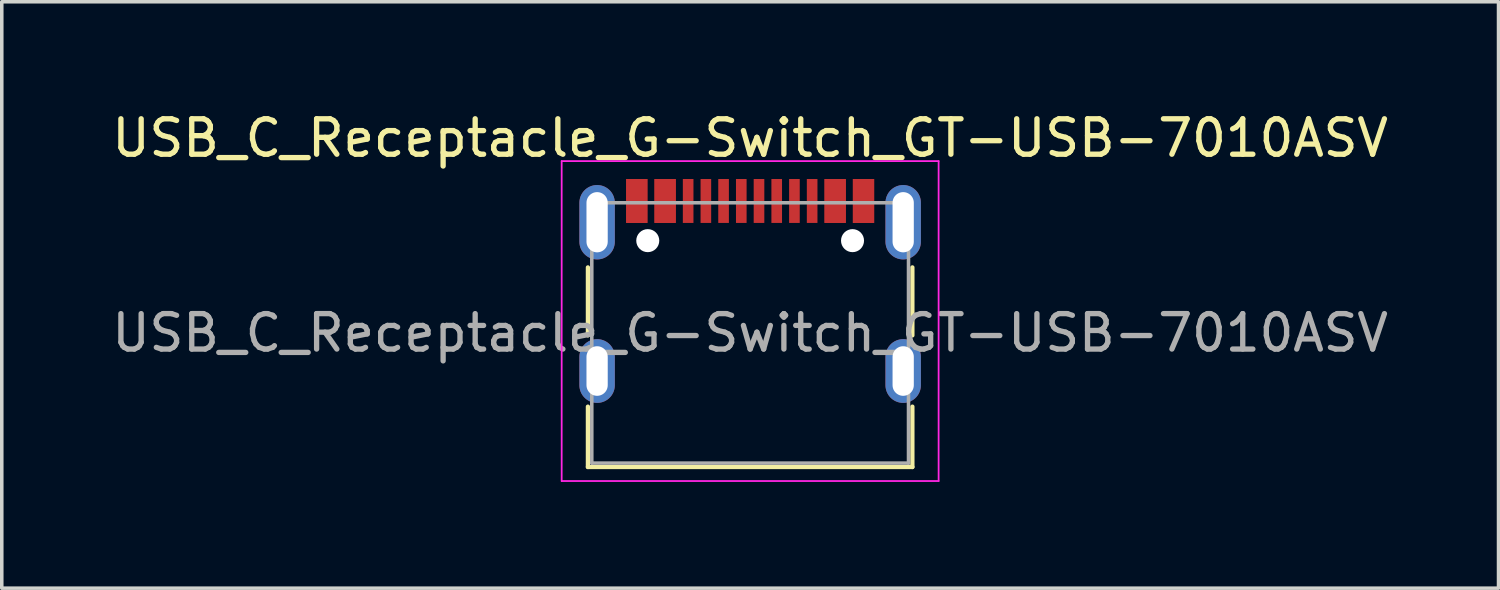
<source format=kicad_pcb>
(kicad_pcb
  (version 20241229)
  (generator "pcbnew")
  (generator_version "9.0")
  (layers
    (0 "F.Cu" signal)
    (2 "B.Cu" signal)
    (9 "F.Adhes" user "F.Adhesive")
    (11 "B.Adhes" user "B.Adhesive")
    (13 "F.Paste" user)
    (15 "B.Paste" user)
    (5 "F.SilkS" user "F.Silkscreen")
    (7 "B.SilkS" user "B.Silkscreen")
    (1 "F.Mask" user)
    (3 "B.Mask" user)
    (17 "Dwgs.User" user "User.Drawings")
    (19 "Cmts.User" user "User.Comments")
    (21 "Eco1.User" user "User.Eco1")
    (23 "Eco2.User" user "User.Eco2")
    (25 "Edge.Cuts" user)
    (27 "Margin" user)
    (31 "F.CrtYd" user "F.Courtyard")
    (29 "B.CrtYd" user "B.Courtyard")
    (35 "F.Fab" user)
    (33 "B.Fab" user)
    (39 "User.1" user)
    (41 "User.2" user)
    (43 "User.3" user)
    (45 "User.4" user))
  (footprint "USB_C_Receptacle_G-Switch_GT-USB-7010ASV"
    (layer "F.Cu")
    (at 18.125 6.348)
    (property "Reference" "USB_C_Receptacle_G-Switch_GT-USB-7010ASV" (at 0 -5.5 0) (layer "F.SilkS") (effects (font (size 1 1) (thickness 0.15))))
    (attr smd)
    (fp_line (start -4.58 -1.85) (end -4.58 0.07) (stroke (width 0.12) (type solid)) (layer "F.SilkS"))
    (fp_line (start -4.58 3.785) (end -4.58 2.08) (stroke (width 0.12) (type solid)) (layer "F.SilkS"))
    (fp_line (start 4.58 0.07) (end 4.58 -1.85) (stroke (width 0.12) (type solid)) (layer "F.SilkS"))
    (fp_line (start 4.58 2.08) (end 4.58 3.785) (stroke (width 0.12) (type solid)) (layer "F.SilkS"))
    (fp_line (start 4.58 3.785) (end -4.58 3.785) (stroke (width 0.12) (type solid)) (layer "F.SilkS"))
    (fp_line (start -5.32 -4.85) (end 5.32 -4.85) (stroke (width 0.05) (type solid)) (layer "F.CrtYd"))
    (fp_line (start -5.32 4.18) (end -5.32 -4.85) (stroke (width 0.05) (type solid)) (layer "F.CrtYd"))
    (fp_line (start 5.32 -4.85) (end 5.32 4.18) (stroke (width 0.05) (type solid)) (layer "F.CrtYd"))
    (fp_line (start 5.32 4.18) (end -5.32 4.18) (stroke (width 0.05) (type solid)) (layer "F.CrtYd"))
    (fp_line (start -4.47 -3.675) (end -4.47 3.675) (stroke (width 0.1) (type solid)) (layer "F.Fab"))
    (fp_line (start -4.47 -3.675) (end 4.47 -3.675) (stroke (width 0.1) (type solid)) (layer "F.Fab"))
    (fp_line (start -4.47 3.675) (end 4.47 3.675) (stroke (width 0.1) (type solid)) (layer "F.Fab"))
    (fp_line (start 4.47 3.675) (end 4.47 -3.675) (stroke (width 0.1) (type solid)) (layer "F.Fab"))
    (fp_text user "${REFERENCE}" (at 0 0 0) (layer "F.Fab") (effects (font (size 1 1) (thickness 0.15))))
    (pad "" np_thru_hole circle (at -2.89 -2.605) (size 0.65 0.65) (drill 0.65) (layers "*.Cu" "*.Mask"))
    (pad "" np_thru_hole circle (at 2.89 -2.605) (size 0.65 0.65) (drill 0.65) (layers "*.Cu" "*.Mask"))
    (pad "A1" smd rect (at -3.2 -3.725) (size 0.6 1.24) (layers "F.Cu" "F.Mask" "F.Paste"))
    (pad "A4" smd rect (at -2.4 -3.725) (size 0.6 1.24) (layers "F.Cu" "F.Mask" "F.Paste"))
    (pad "A5" smd rect (at -1.25 -3.725) (size 0.3 1.24) (layers "F.Cu" "F.Mask" "F.Paste"))
    (pad "A6" smd rect (at -0.25 -3.725) (size 0.3 1.24) (layers "F.Cu" "F.Mask" "F.Paste"))
    (pad "A7" smd rect (at 0.25 -3.725) (size 0.3 1.24) (layers "F.Cu" "F.Mask" "F.Paste"))
    (pad "A8" smd rect (at 1.25 -3.725) (size 0.3 1.24) (layers "F.Cu" "F.Mask" "F.Paste"))
    (pad "A9" smd rect (at 2.4 -3.725) (size 0.6 1.24) (layers "F.Cu" "F.Mask" "F.Paste"))
    (pad "A12" smd rect (at 3.2 -3.725) (size 0.6 1.24) (layers "F.Cu" "F.Mask" "F.Paste"))
    (pad "B1" smd rect (at 3.2 -3.725) (size 0.6 1.24) (layers "F.Cu" "F.Mask" "F.Paste"))
    (pad "B4" smd rect (at 2.4 -3.725) (size 0.6 1.24) (layers "F.Cu" "F.Mask" "F.Paste"))
    (pad "B5" smd rect (at 1.75 -3.725) (size 0.3 1.24) (layers "F.Cu" "F.Mask" "F.Paste"))
    (pad "B6" smd rect (at 0.75 -3.725) (size 0.3 1.24) (layers "F.Cu" "F.Mask" "F.Paste"))
    (pad "B7" smd rect (at -0.75 -3.725) (size 0.3 1.24) (layers "F.Cu" "F.Mask" "F.Paste"))
    (pad "B8" smd rect (at -1.75 -3.725) (size 0.3 1.24) (layers "F.Cu" "F.Mask" "F.Paste"))
    (pad "B9" smd rect (at -2.4 -3.725) (size 0.6 1.24) (layers "F.Cu" "F.Mask" "F.Paste"))
    (pad "B12" smd rect (at -3.2 -3.725) (size 0.6 1.24) (layers "F.Cu" "F.Mask" "F.Paste"))
    (pad "S1" thru_hole oval (at -4.32 -3.125) (size 1 2.1) (drill oval 0.6 1.7) (property pad_prop_heatsink) (layers "*.Cu" "*.Mask"))
    (pad "S1" thru_hole oval (at -4.32 1.075) (size 1 1.8) (drill oval 0.6 1.4) (property pad_prop_heatsink) (layers "*.Cu" "*.Mask"))
    (pad "S1" thru_hole oval (at 4.32 -3.125) (size 1 2.1) (drill oval 0.6 1.7) (property pad_prop_heatsink) (layers "*.Cu" "*.Mask"))
    (pad "S1" thru_hole oval (at 4.32 1.075) (size 1 1.8) (drill oval 0.6 1.4) (property pad_prop_heatsink) (layers "*.Cu" "*.Mask")))
  (gr_rect
    (start -3 -3)
    (end 39.25 13.553)
    (stroke (width 0.1) (type default))
    (fill no)
    (layer "Edge.Cuts")))
</source>
